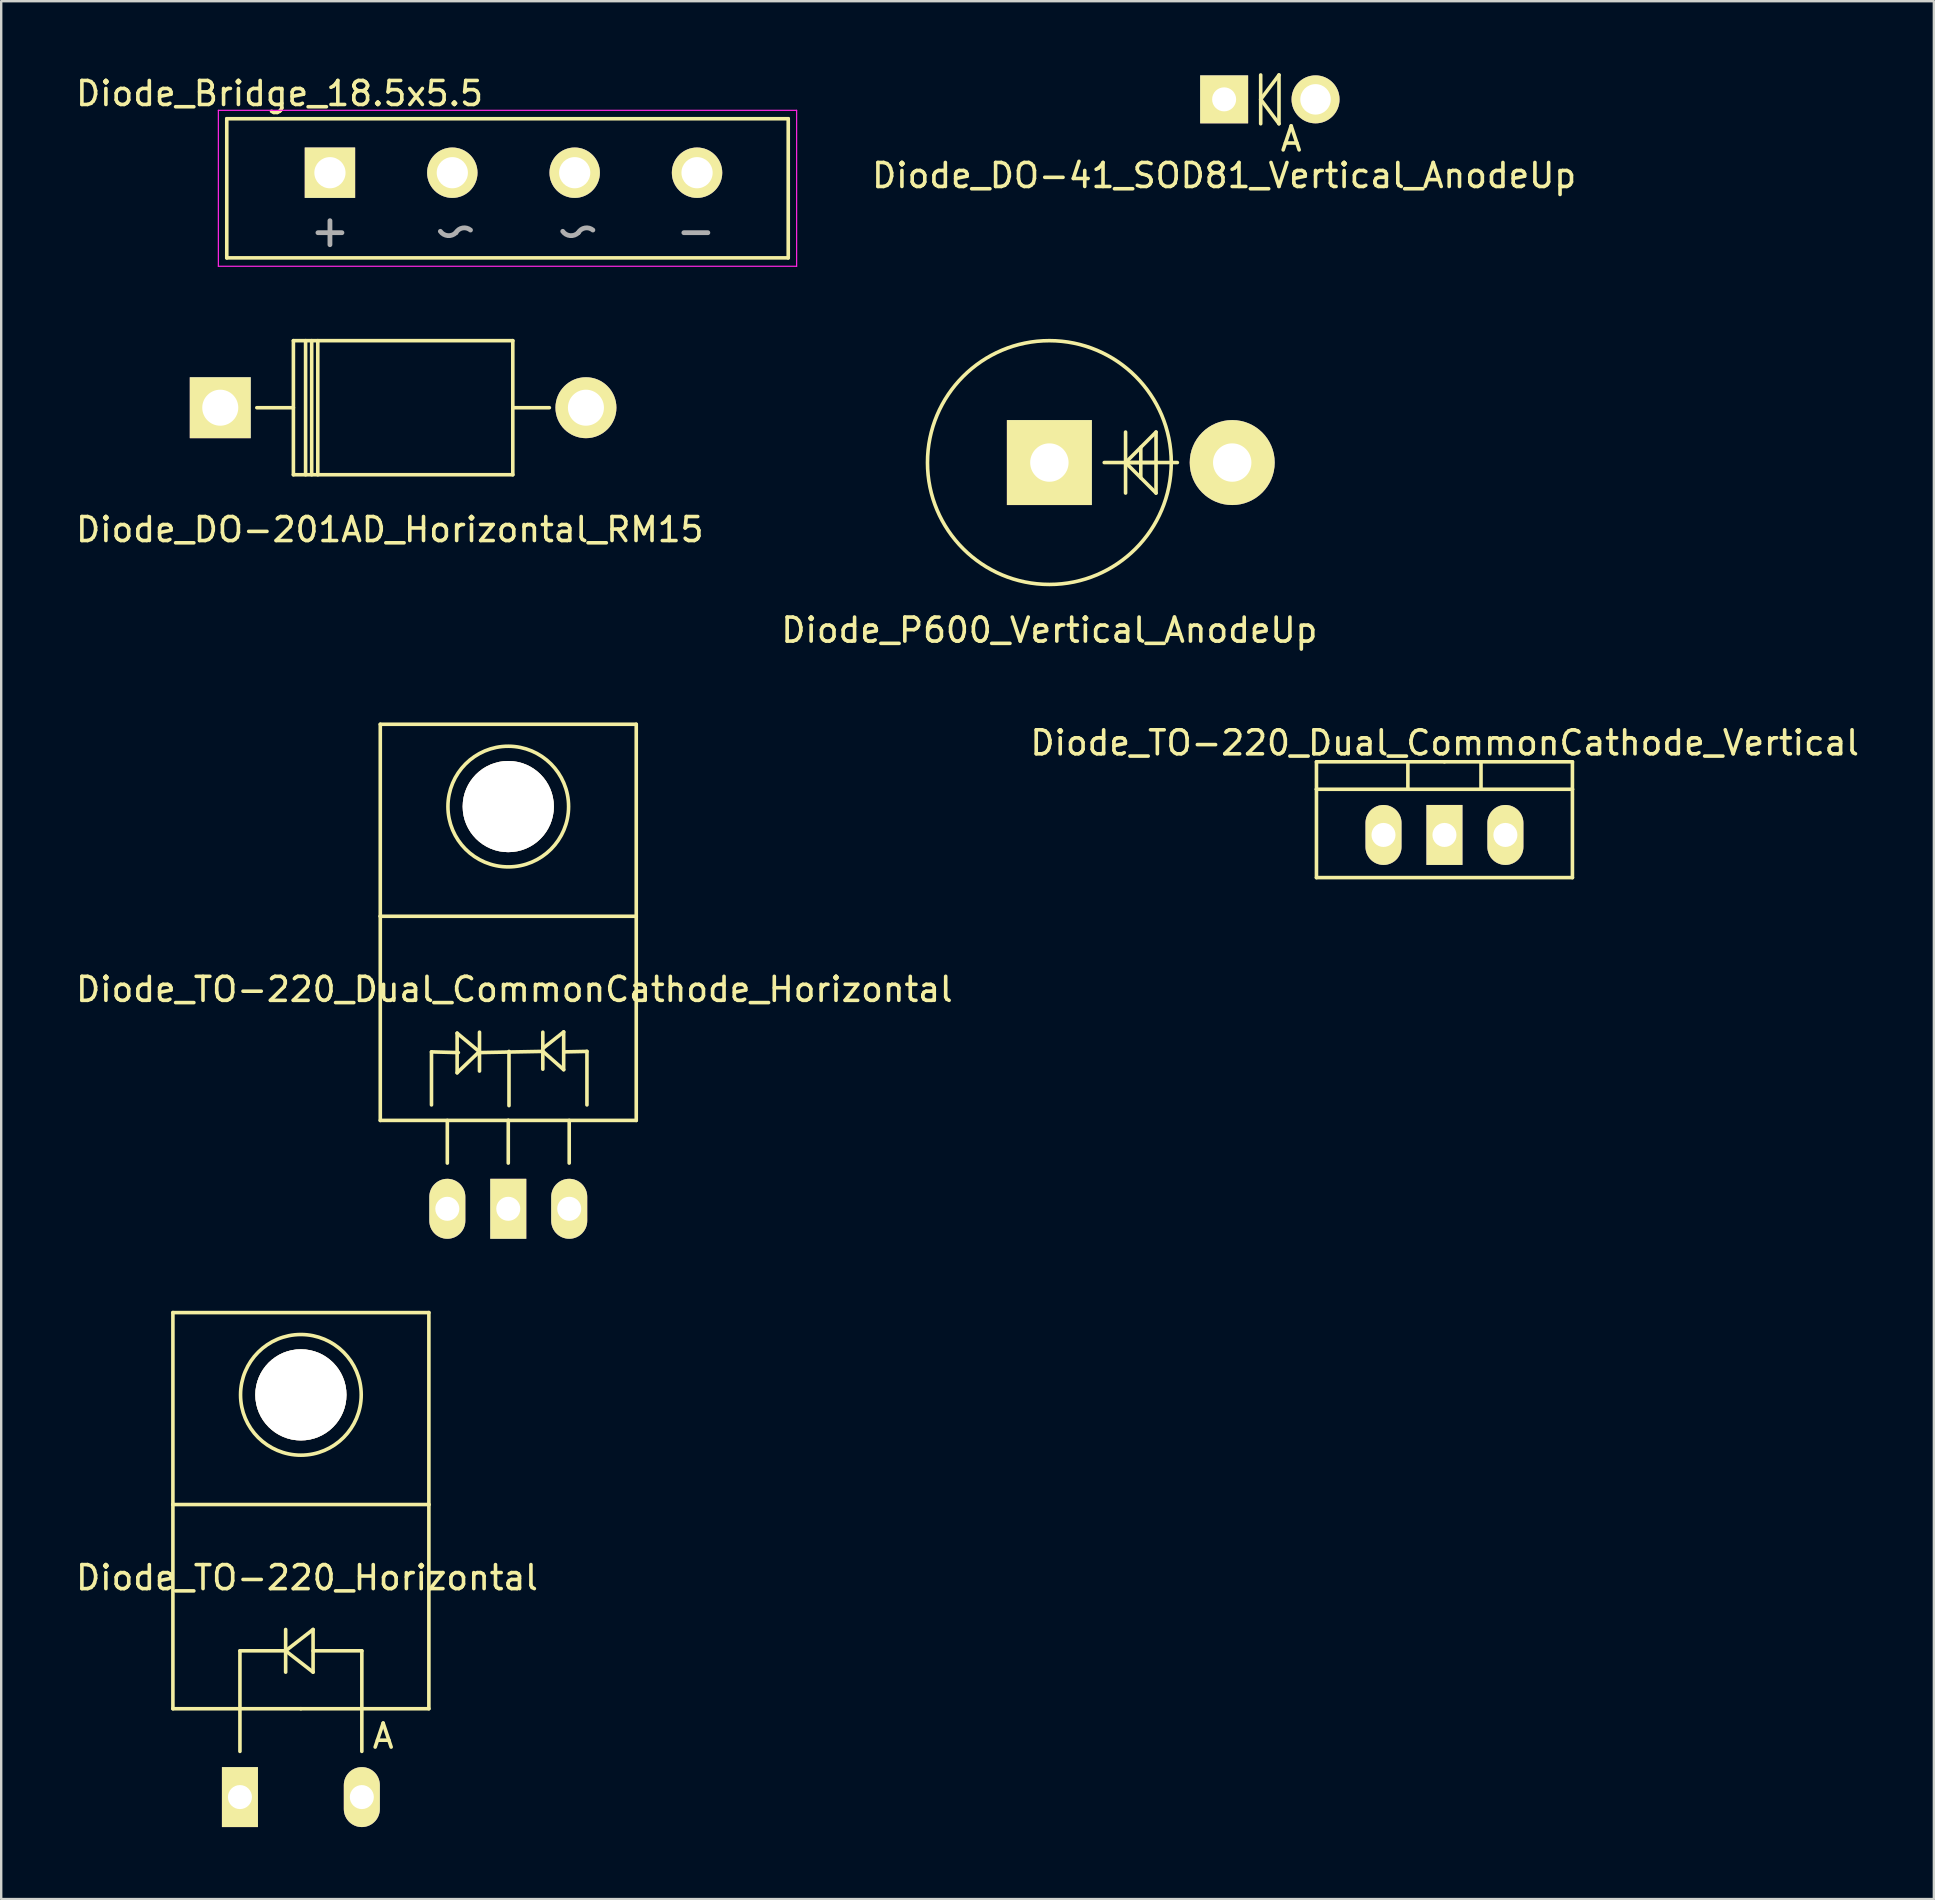
<source format=kicad_pcb>
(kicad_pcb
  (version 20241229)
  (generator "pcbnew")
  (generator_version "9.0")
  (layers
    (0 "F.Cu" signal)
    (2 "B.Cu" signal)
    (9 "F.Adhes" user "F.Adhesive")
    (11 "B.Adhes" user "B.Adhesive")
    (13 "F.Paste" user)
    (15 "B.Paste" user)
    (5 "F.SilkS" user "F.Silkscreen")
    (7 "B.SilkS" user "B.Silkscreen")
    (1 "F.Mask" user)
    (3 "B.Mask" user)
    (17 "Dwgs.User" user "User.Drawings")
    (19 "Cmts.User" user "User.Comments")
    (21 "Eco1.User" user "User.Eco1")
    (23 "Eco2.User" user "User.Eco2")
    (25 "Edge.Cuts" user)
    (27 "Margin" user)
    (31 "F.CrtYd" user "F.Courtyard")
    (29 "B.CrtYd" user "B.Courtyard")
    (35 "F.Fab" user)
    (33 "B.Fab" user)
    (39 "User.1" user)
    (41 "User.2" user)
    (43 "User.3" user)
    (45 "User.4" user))
  (footprint "Diode_TO-220_Dual_CommonCathode_Horizontal"
    (layer "F.Cu")
    (at 15.593 47.332)
    (property "Reference" "Diode_TO-220_Dual_CommonCathode_Horizontal" (at 2.794 -9.147 0) (layer "F.SilkS") (effects (font (size 1 1) (thickness 0.15))))
    (attr through_hole)
    (fp_line (start -2.794 -20.196) (end -2.794 -12.195) (stroke (width 0.15) (type solid)) (layer "F.SilkS"))
    (fp_line (start -2.794 -12.195) (end -2.794 -3.686) (stroke (width 0.15) (type solid)) (layer "F.SilkS"))
    (fp_line (start -0.66 -6.543) (end -0.66 -4.333) (stroke (width 0.15) (type solid)) (layer "F.SilkS"))
    (fp_line (start 0 -3.686) (end 0 -1.908) (stroke (width 0.15) (type solid)) (layer "F.SilkS"))
    (fp_line (start 0.409 -7.323) (end 0.409 -5.672) (stroke (width 0.15) (type solid)) (layer "F.SilkS"))
    (fp_line (start 0.409 -5.672) (end 1.321 -6.543) (stroke (width 0.15) (type solid)) (layer "F.SilkS"))
    (fp_line (start 0.46 -6.513) (end -0.66 -6.543) (stroke (width 0.15) (type solid)) (layer "F.SilkS"))
    (fp_line (start 1.3 -6.513) (end 3.99 -6.563) (stroke (width 0.15) (type solid)) (layer "F.SilkS"))
    (fp_line (start 1.321 -6.563) (end 0.409 -7.323) (stroke (width 0.15) (type solid)) (layer "F.SilkS"))
    (fp_line (start 1.341 -7.363) (end 1.341 -5.743) (stroke (width 0.15) (type solid)) (layer "F.SilkS"))
    (fp_line (start 2.54 -3.686) (end -2.794 -3.686) (stroke (width 0.15) (type solid)) (layer "F.SilkS"))
    (fp_line (start 2.54 -3.686) (end 2.54 -1.908) (stroke (width 0.15) (type solid)) (layer "F.SilkS"))
    (fp_line (start 2.54 -3.686) (end 7.874 -3.686) (stroke (width 0.15) (type solid)) (layer "F.SilkS"))
    (fp_line (start 2.57 -6.563) (end 2.57 -4.303) (stroke (width 0.15) (type solid)) (layer "F.SilkS"))
    (fp_line (start 3.98 -7.363) (end 3.98 -5.822) (stroke (width 0.15) (type solid)) (layer "F.SilkS"))
    (fp_line (start 3.99 -6.693) (end 4.849 -7.374) (stroke (width 0.15) (type solid)) (layer "F.SilkS"))
    (fp_line (start 4.849 -7.374) (end 4.849 -5.801) (stroke (width 0.15) (type solid)) (layer "F.SilkS"))
    (fp_line (start 4.849 -5.801) (end 4.041 -6.513) (stroke (width 0.15) (type solid)) (layer "F.SilkS"))
    (fp_line (start 4.879 -6.543) (end 5.819 -6.563) (stroke (width 0.15) (type solid)) (layer "F.SilkS"))
    (fp_line (start 5.08 -3.686) (end 5.08 -1.908) (stroke (width 0.15) (type solid)) (layer "F.SilkS"))
    (fp_line (start 5.819 -6.563) (end 5.819 -4.333) (stroke (width 0.15) (type solid)) (layer "F.SilkS"))
    (fp_line (start 7.874 -20.196) (end -2.794 -20.196) (stroke (width 0.15) (type solid)) (layer "F.SilkS"))
    (fp_line (start 7.874 -12.195) (end -2.794 -12.195) (stroke (width 0.15) (type solid)) (layer "F.SilkS"))
    (fp_line (start 7.874 -12.195) (end 7.874 -20.196) (stroke (width 0.15) (type solid)) (layer "F.SilkS"))
    (fp_line (start 7.874 -3.686) (end 7.874 -12.195) (stroke (width 0.15) (type solid)) (layer "F.SilkS"))
    (fp_circle (center 2.54 -16.767) (end 4.318 -14.989) (stroke (width 0.15) (type solid)) (fill no) (layer "F.SilkS"))
    (pad "1" thru_hole oval (at 0 -0.003 90) (size 2.499 1.501) (drill 1.001) (layers "*.Cu" "*.Mask" "F.SilkS"))
    (pad "2" thru_hole rect (at 2.54 -0.003 90) (size 2.499 1.501) (drill 1.001) (layers "*.Cu" "*.Mask" "F.SilkS"))
    (pad "3" thru_hole oval (at 5.08 -0.003 90) (size 2.499 1.501) (drill 1.001) (layers "*.Cu" "*.Mask" "F.SilkS"))
    (pad "9" thru_hole circle (at 2.54 -16.767 90) (size 3.8 3.8) (drill 3.8) (layers "*.Cu" "*.Mask" "F.SilkS")))
  (footprint "Diode_TO-220_Horizontal"
    (layer "F.Cu")
    (at 6.953 71.847)
    (property "Reference" "Diode_TO-220_Horizontal" (at 2.791 -9.144 0) (layer "F.SilkS") (effects (font (size 1 1) (thickness 0.15))))
    (attr through_hole)
    (fp_line (start -2.797 -20.193) (end -2.797 -12.192) (stroke (width 0.15) (type solid)) (layer "F.SilkS"))
    (fp_line (start -2.797 -12.192) (end -2.797 -3.683) (stroke (width 0.15) (type solid)) (layer "F.SilkS"))
    (fp_line (start -0.003 -6.096) (end -0.003 -3.683) (stroke (width 0.15) (type solid)) (layer "F.SilkS"))
    (fp_line (start -0.003 -3.683) (end -0.003 -1.905) (stroke (width 0.15) (type solid)) (layer "F.SilkS"))
    (fp_line (start 1.902 -6.985) (end 1.902 -5.207) (stroke (width 0.15) (type solid)) (layer "F.SilkS"))
    (fp_line (start 1.902 -6.096) (end -0.003 -6.096) (stroke (width 0.15) (type solid)) (layer "F.SilkS"))
    (fp_line (start 1.902 -6.096) (end 3.045 -6.985) (stroke (width 0.15) (type solid)) (layer "F.SilkS"))
    (fp_line (start 2.537 -3.683) (end -2.797 -3.683) (stroke (width 0.15) (type solid)) (layer "F.SilkS"))
    (fp_line (start 2.537 -3.683) (end 7.871 -3.683) (stroke (width 0.15) (type solid)) (layer "F.SilkS"))
    (fp_line (start 3.045 -6.985) (end 3.045 -5.207) (stroke (width 0.15) (type solid)) (layer "F.SilkS"))
    (fp_line (start 3.045 -6.096) (end 5.077 -6.096) (stroke (width 0.15) (type solid)) (layer "F.SilkS"))
    (fp_line (start 3.045 -5.207) (end 1.902 -6.096) (stroke (width 0.15) (type solid)) (layer "F.SilkS"))
    (fp_line (start 5.077 -6.096) (end 5.077 -3.683) (stroke (width 0.15) (type solid)) (layer "F.SilkS"))
    (fp_line (start 5.077 -3.683) (end 5.077 -1.905) (stroke (width 0.15) (type solid)) (layer "F.SilkS"))
    (fp_line (start 7.871 -20.193) (end -2.797 -20.193) (stroke (width 0.15) (type solid)) (layer "F.SilkS"))
    (fp_line (start 7.871 -12.192) (end -2.797 -12.192) (stroke (width 0.15) (type solid)) (layer "F.SilkS"))
    (fp_line (start 7.871 -12.192) (end 7.871 -20.193) (stroke (width 0.15) (type solid)) (layer "F.SilkS"))
    (fp_line (start 7.871 -3.683) (end 7.871 -12.192) (stroke (width 0.15) (type solid)) (layer "F.SilkS"))
    (fp_circle (center 2.537 -16.764) (end 4.315 -14.986) (stroke (width 0.15) (type solid)) (fill no) (layer "F.SilkS"))
    (fp_text user "A" (at 5.966 -2.54 0) (layer "F.SilkS") (effects (font (size 1 1) (thickness 0.15))))
    (pad "1" thru_hole rect (at -0.003 0 90) (size 2.499 1.501) (drill 1.001) (layers "*.Cu" "*.Mask" "F.SilkS"))
    (pad "2" thru_hole circle (at 2.537 -16.764 90) (size 3.8 3.8) (drill 3.8) (layers "*.Cu" "*.Mask" "F.SilkS"))
    (pad "2" thru_hole oval (at 5.077 0 90) (size 2.499 1.501) (drill 1.001) (layers "*.Cu" "*.Mask" "F.SilkS")))
  (footprint "Diode_P600_Vertical_AnodeUp"
    (layer "F.Cu")
    (at 40.685 16.228)
    (property "Reference" "Diode_P600_Vertical_AnodeUp" (at 0 6.985 0) (layer "F.SilkS") (effects (font (size 1 1) (thickness 0.15))))
    (attr through_hole)
    (fp_line (start 2.286 0) (end 5.334 0) (stroke (width 0.15) (type solid)) (layer "F.SilkS"))
    (fp_line (start 3.175 -1.27) (end 3.175 1.27) (stroke (width 0.15) (type solid)) (layer "F.SilkS"))
    (fp_line (start 3.175 0) (end 4.445 -1.27) (stroke (width 0.15) (type solid)) (layer "F.SilkS"))
    (fp_line (start 3.175 0) (end 4.445 0) (stroke (width 0.15) (type solid)) (layer "F.SilkS"))
    (fp_line (start 3.175 0) (end 4.445 1.27) (stroke (width 0.15) (type solid)) (layer "F.SilkS"))
    (fp_line (start 3.81 -0.635) (end 3.81 0.635) (stroke (width 0.15) (type solid)) (layer "F.SilkS"))
    (fp_line (start 4.445 -1.27) (end 4.445 1.27) (stroke (width 0.15) (type solid)) (layer "F.SilkS"))
    (fp_circle (center 0 0) (end 5.08 0) (stroke (width 0.15) (type solid)) (fill no) (layer "F.SilkS"))
    (pad "1" thru_hole rect (at 0 0) (size 3.541 3.541) (drill 1.6) (layers "*.Cu" "*.Mask" "F.SilkS"))
    (pad "2" thru_hole circle (at 7.62 0) (size 3.541 3.541) (drill 1.6) (layers "*.Cu" "*.Mask" "F.SilkS")))
  (footprint "Diode_TO-220_Dual_CommonCathode_Vertical"
    (layer "F.Cu")
    (at 54.613 31.748)
    (property "Reference" "Diode_TO-220_Dual_CommonCathode_Vertical" (at 2.548 -3.838 0) (layer "F.SilkS") (effects (font (size 1 1) (thickness 0.15))))
    (attr through_hole)
    (fp_line (start -2.797 -1.905) (end -2.797 -3.048) (stroke (width 0.15) (type solid)) (layer "F.SilkS"))
    (fp_line (start -2.797 1.778) (end -2.797 -1.905) (stroke (width 0.15) (type solid)) (layer "F.SilkS"))
    (fp_line (start 1.013 -3.048) (end 1.013 -1.905) (stroke (width 0.15) (type solid)) (layer "F.SilkS"))
    (fp_line (start 2.537 -3.048) (end -2.797 -3.048) (stroke (width 0.15) (type solid)) (layer "F.SilkS"))
    (fp_line (start 2.537 -3.048) (end 7.871 -3.048) (stroke (width 0.15) (type solid)) (layer "F.SilkS"))
    (fp_line (start 4.061 -3.048) (end 4.061 -1.905) (stroke (width 0.15) (type solid)) (layer "F.SilkS"))
    (fp_line (start 7.871 -3.048) (end 7.871 -1.905) (stroke (width 0.15) (type solid)) (layer "F.SilkS"))
    (fp_line (start 7.871 -1.905) (end -2.797 -1.905) (stroke (width 0.15) (type solid)) (layer "F.SilkS"))
    (fp_line (start 7.871 -1.905) (end 7.871 1.778) (stroke (width 0.15) (type solid)) (layer "F.SilkS"))
    (fp_line (start 7.871 1.778) (end -2.797 1.778) (stroke (width 0.15) (type solid)) (layer "F.SilkS"))
    (pad "1" thru_hole oval (at -0.003 0 90) (size 2.499 1.501) (drill 1.001) (layers "*.Cu" "*.Mask" "F.SilkS"))
    (pad "2" thru_hole rect (at 2.537 0 90) (size 2.499 1.501) (drill 1.001) (layers "*.Cu" "*.Mask" "F.SilkS"))
    (pad "3" thru_hole oval (at 5.077 0 90) (size 2.499 1.501) (drill 1.001) (layers "*.Cu" "*.Mask" "F.SilkS")))
  (footprint "Diode_DO-201AD_Horizontal_RM15"
    (layer "F.Cu")
    (at 6.129 13.945)
    (property "Reference" "Diode_DO-201AD_Horizontal_RM15" (at 7.067 5.077 0) (layer "F.SilkS") (effects (font (size 1 1) (thickness 0.15))))
    (attr through_hole)
    (fp_line (start 3.049 -2.797) (end 12.193 -2.797) (stroke (width 0.15) (type solid)) (layer "F.SilkS"))
    (fp_line (start 3.049 -0.003) (end 1.525 -0.003) (stroke (width 0.15) (type solid)) (layer "F.SilkS"))
    (fp_line (start 3.049 2.791) (end 3.049 -2.797) (stroke (width 0.15) (type solid)) (layer "F.SilkS"))
    (fp_line (start 3.557 -2.797) (end 3.557 2.791) (stroke (width 0.15) (type solid)) (layer "F.SilkS"))
    (fp_line (start 3.811 -2.797) (end 3.811 2.791) (stroke (width 0.15) (type solid)) (layer "F.SilkS"))
    (fp_line (start 4.065 -2.797) (end 4.065 2.791) (stroke (width 0.15) (type solid)) (layer "F.SilkS"))
    (fp_line (start 12.193 -2.797) (end 12.193 2.791) (stroke (width 0.15) (type solid)) (layer "F.SilkS"))
    (fp_line (start 12.193 -0.003) (end 13.717 -0.003) (stroke (width 0.15) (type solid)) (layer "F.SilkS"))
    (fp_line (start 12.193 2.791) (end 3.049 2.791) (stroke (width 0.15) (type solid)) (layer "F.SilkS"))
    (pad "1" thru_hole rect (at 0.001 -0.003 180) (size 2.54 2.54) (drill 1.501) (layers "*.Cu" "*.Mask" "F.SilkS"))
    (pad "2" thru_hole circle (at 15.241 -0.003 180) (size 2.54 2.54) (drill 1.501) (layers "*.Cu" "*.Mask" "F.SilkS")))
  (footprint "Diode_Bridge_18.5x5.5"
    (layer "F.Cu")
    (at 10.701 4.148)
    (property "Reference" "Diode_Bridge_18.5x5.5" (at -2.1 -3.3 0) (layer "F.SilkS") (effects (font (size 1 1) (thickness 0.15))))
    (attr through_hole)
    (fp_line (start -4.3 -2.25) (end 19.1 -2.25) (stroke (width 0.15) (type solid)) (layer "F.SilkS"))
    (fp_line (start -4.3 3.55) (end -4.3 -2.25) (stroke (width 0.15) (type solid)) (layer "F.SilkS"))
    (fp_line (start 19.1 -2.25) (end 19.1 3.55) (stroke (width 0.15) (type solid)) (layer "F.SilkS"))
    (fp_line (start 19.1 3.55) (end -4.3 3.55) (stroke (width 0.15) (type solid)) (layer "F.SilkS"))
    (fp_line (start -4.65 -2.6) (end 19.45 -2.6) (stroke (width 0.05) (type solid)) (layer "F.CrtYd"))
    (fp_line (start -4.65 3.9) (end -4.65 -2.6) (stroke (width 0.05) (type solid)) (layer "F.CrtYd"))
    (fp_line (start 19.45 -2.6) (end 19.45 3.9) (stroke (width 0.05) (type solid)) (layer "F.CrtYd"))
    (fp_line (start 19.45 3.9) (end -4.65 3.9) (stroke (width 0.05) (type solid)) (layer "F.CrtYd"))
    (fp_line (start -0.5 2.5) (end 0.5 2.5) (stroke (width 0.2) (type solid)) (layer "F.Fab"))
    (fp_line (start 0 2) (end 0 3) (stroke (width 0.2) (type solid)) (layer "F.Fab"))
    (fp_line (start 14.75 2.5) (end 15.75 2.5) (stroke (width 0.2) (type solid)) (layer "F.Fab"))
    (fp_arc (start 5.25 2.5) (mid 4.913023 2.62265) (end 4.602463 2.443348) (stroke (width 0.2) (type solid)) (layer "F.Fab"))
    (fp_arc (start 5.25 2.5) (mid 5.528233 2.303327) (end 5.857738 2.390047) (stroke (width 0.2) (type solid)) (layer "F.Fab"))
    (fp_arc (start 10.35 2.5) (mid 10.013023 2.62265) (end 9.702463 2.443348) (stroke (width 0.2) (type solid)) (layer "F.Fab"))
    (fp_arc (start 10.35 2.5) (mid 10.628233 2.303327) (end 10.957738 2.390047) (stroke (width 0.2) (type solid)) (layer "F.Fab"))
    (pad "1" thru_hole circle (at 15.3 0) (size 2.1 2.1) (drill 1.3) (layers "*.Cu" "*.Mask" "F.SilkS"))
    (pad "2" thru_hole circle (at 5.1 0) (size 2.1 2.1) (drill 1.3) (layers "*.Cu" "*.Mask" "F.SilkS"))
    (pad "3" thru_hole rect (at 0 0) (size 2.1 2.1) (drill 1.3) (layers "*.Cu" "*.Mask" "F.SilkS"))
    (pad "4" thru_hole circle (at 10.2 0) (size 2.1 2.1) (drill 1.3) (layers "*.Cu" "*.Mask" "F.SilkS")))
  (footprint "Diode_DO-41_SOD81_Vertical_AnodeUp"
    (layer "F.Cu")
    (at 47.968 1.091)
    (property "Reference" "Diode_DO-41_SOD81_Vertical_AnodeUp" (at 0 3.175 0) (layer "F.SilkS") (effects (font (size 1 1) (thickness 0.15))))
    (attr through_hole)
    (fp_line (start 1.524 -1.016) (end 1.524 1.016) (stroke (width 0.15) (type solid)) (layer "F.SilkS"))
    (fp_line (start 1.524 0) (end 2.286 -1.016) (stroke (width 0.15) (type solid)) (layer "F.SilkS"))
    (fp_line (start 1.524 0) (end 2.286 1.016) (stroke (width 0.15) (type solid)) (layer "F.SilkS"))
    (fp_line (start 2.286 -1.016) (end 2.286 1.016) (stroke (width 0.15) (type solid)) (layer "F.SilkS"))
    (fp_text user "A" (at 2.794 1.651 0) (layer "F.SilkS") (effects (font (size 1 1) (thickness 0.15))))
    (pad "1" thru_hole rect (at 0 0) (size 1.999 1.999) (drill 1.001) (layers "*.Cu" "*.Mask" "F.SilkS"))
    (pad "2" thru_hole circle (at 3.81 0) (size 1.999 1.999) (drill 1.27) (layers "*.Cu" "*.Mask" "F.SilkS")))
  (gr_rect
    (start -3 -3)
    (end 77.548 76.097)
    (stroke (width 0.1) (type default))
    (fill no)
    (layer "Edge.Cuts")))
</source>
